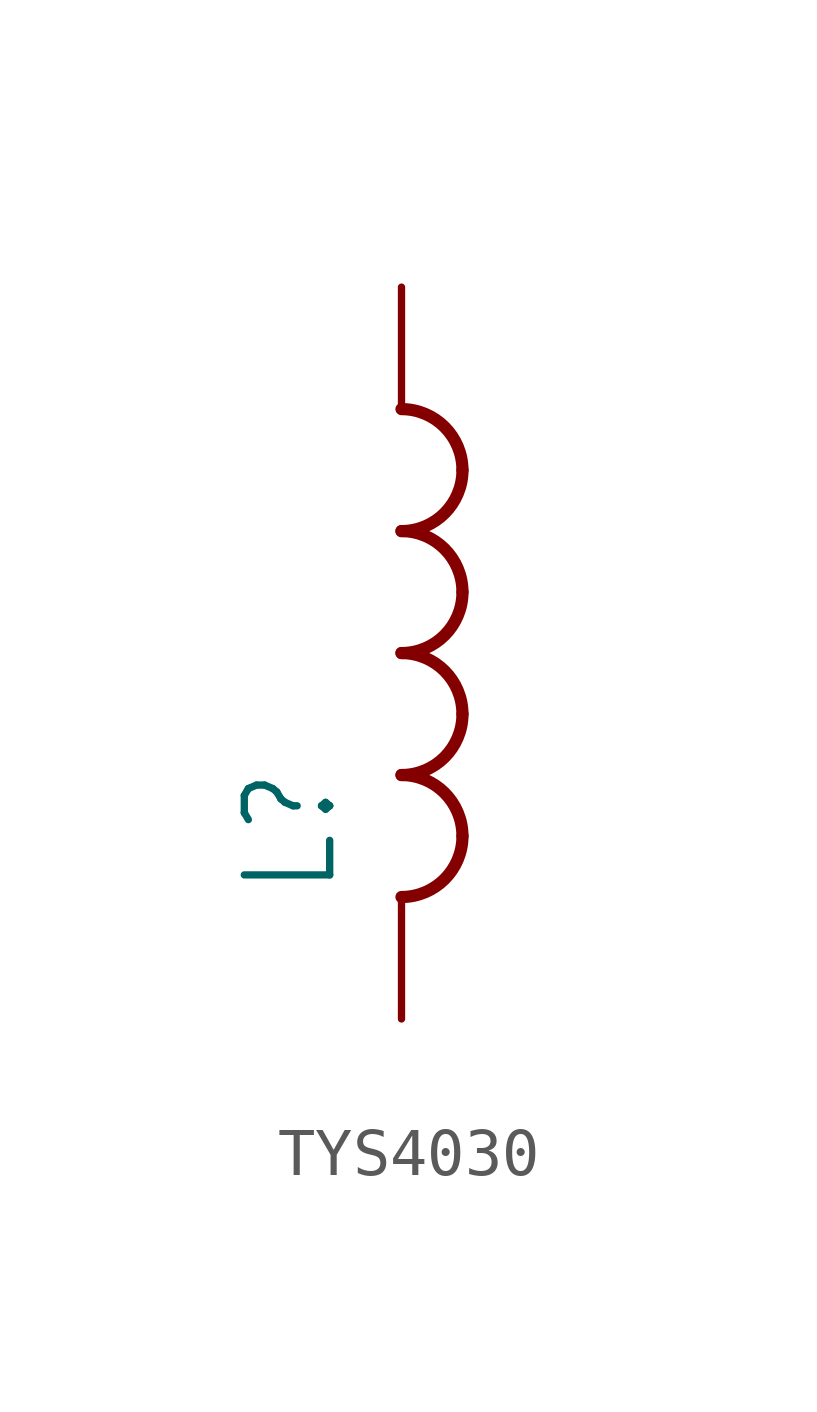
<source format=kicad_sym>
(kicad_symbol_lib
  (version 20231120)
  (generator "kicad_symbol_editor")
  (generator_version "8.0")
  (symbol "TYS4030"
    (property "Reference" "L"
      (at -1.27 -5.08 90)
      (effects (font (size 1.778 1.511)) (justify left bottom)))
    (property "Value" ""
      (at 3.81 -5.08 90)
      (effects (font (size 1.778 1.511)) (justify left bottom)))
    (property "ki_locked" ""
      (at 0 0 0)
      (effects (font (size 1.27 1.27))))
    (symbol "TYS4030_1_0"
      (arc (start 0 -5.08) (mid 0.898 -4.708) (end 1.27 -3.81) (stroke (width 0.254) (type solid)) (fill (type none)))
      (arc (start 0 -2.54) (mid 0.898 -2.168) (end 1.27 -1.27) (stroke (width 0.254) (type solid)) (fill (type none)))
      (arc (start 0 0) (mid 0.898 0.372) (end 1.27 1.27) (stroke (width 0.254) (type solid)) (fill (type none)))
      (arc (start 0 2.54) (mid 0.898 2.912) (end 1.27 3.81) (stroke (width 0.254) (type solid)) (fill (type none)))
      (arc (start 1.27 -3.81) (mid 0.898 -2.912) (end 0 -2.54) (stroke (width 0.254) (type solid)) (fill (type none)))
      (arc (start 1.27 -1.27) (mid 0.898 -0.372) (end 0 0) (stroke (width 0.254) (type solid)) (fill (type none)))
      (arc (start 1.27 1.27) (mid 0.898 2.168) (end 0 2.54) (stroke (width 0.254) (type solid)) (fill (type none)))
      (arc (start 1.27 3.81) (mid 0.898 4.708) (end 0 5.08) (stroke (width 0.254) (type solid)) (fill (type none)))
      (pin passive line (at 0 7.62 270) (length 2.54) (name "1" (effects (font (size 0 0)))) (number "1" (effects (font (size 0 0)))))
      (pin passive line (at 0 -7.62 90) (length 2.54) (name "2" (effects (font (size 0 0)))) (number "2" (effects (font (size 0 0))))))))
</source>
